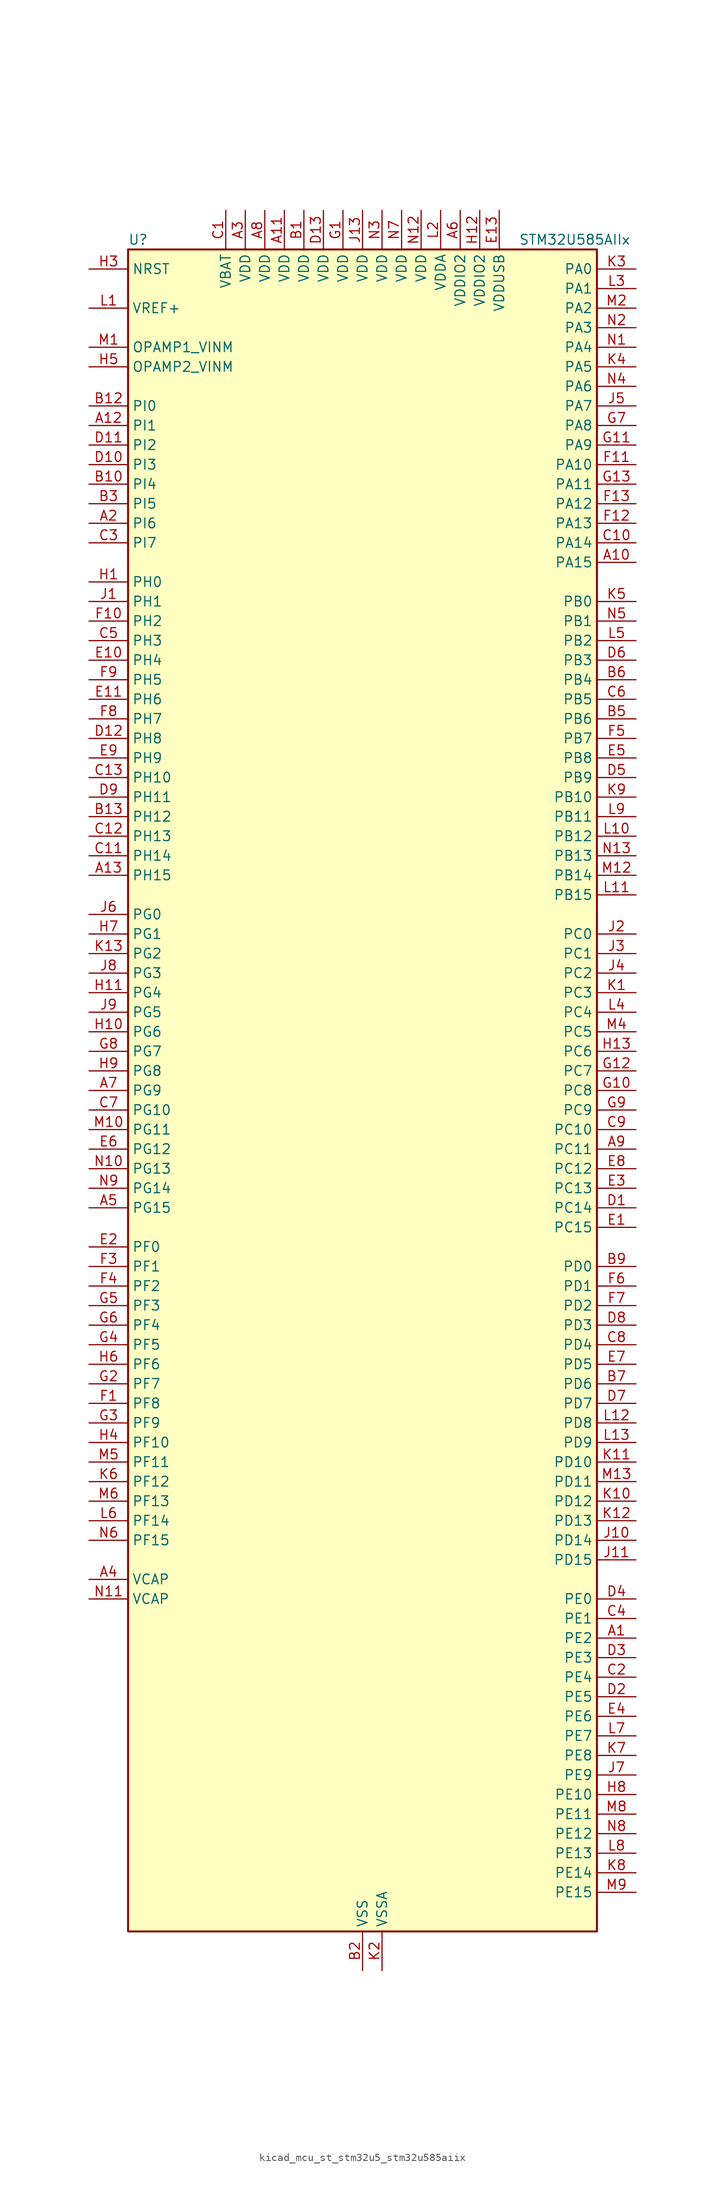
<source format=kicad_sym>
(kicad_symbol_lib
  (version 20220914)
  (generator kicad_symbol_editor)
  (symbol "kicad_mcu_st_stm32u5_stm32u585aiix"
    (property "Reference" "U"
      (at -30.48 110.49 0)
      (effects (font (size 1.27 1.27)) (justify left)))
    (property "Value" "STM32U585AIIx"
      (at 20.32 110.49 0)
      (effects (font (size 1.27 1.27)) (justify left)))
    (property "ki_locked" ""
      (at 0 0 0)
      (effects (font (size 1.27 1.27))))
    (symbol "kicad_mcu_st_stm32u5_stm32u585aiix_0_1"
      (rectangle (start -30.48 -109.22) (end 30.48 109.22) (stroke (width 0.254) (type default)) (fill (type background))))
    (symbol "kicad_mcu_st_stm32u5_stm32u585aiix_1_1"
      (pin bidirectional line (at 35.56 -71.12 180) (length 5.08) (name "PE2" (effects (font (size 1.27 1.27)))) (number "A1" (effects (font (size 1.27 1.27)))) (alternate "DEBUG_TRACECLK" bidirectional line) (alternate "FMC_A23" bidirectional line) (alternate "SAI1_CK1" bidirectional line) (alternate "SAI1_MCLK_A" bidirectional line) (alternate "TIM3_ETR" bidirectional line) (alternate "TSC_G7_IO1" bidirectional line))
      (pin bidirectional line (at 35.56 68.58 180) (length 5.08) (name "PA15" (effects (font (size 1.27 1.27)))) (number "A10" (effects (font (size 1.27 1.27)))) (alternate "ADC1_EXTI15" bidirectional line) (alternate "ADC4_EXTI15" bidirectional line) (alternate "DEBUG_JTDI" bidirectional line) (alternate "SAI2_FS_B" bidirectional line) (alternate "SPI1_NSS" bidirectional line) (alternate "SPI3_NSS" bidirectional line) (alternate "TIM2_CH1" bidirectional line) (alternate "TIM2_ETR" bidirectional line) (alternate "UART4_DE" bidirectional line) (alternate "UART4_RTS" bidirectional line) (alternate "UCPD1_CC1" bidirectional line) (alternate "USART2_RX" bidirectional line) (alternate "USART3_DE" bidirectional line) (alternate "USART3_RTS" bidirectional line))
      (pin power_in line (at -10.16 114.3 270) (length 5.08) (name "VDD" (effects (font (size 1.27 1.27)))) (number "A11" (effects (font (size 1.27 1.27)))))
      (pin bidirectional line (at -35.56 86.36 0) (length 5.08) (name "PI1" (effects (font (size 1.27 1.27)))) (number "A12" (effects (font (size 1.27 1.27)))) (alternate "DCMI_D8" bidirectional line) (alternate "OCTOSPIM_P2_IO2" bidirectional line) (alternate "PSSI_D8" bidirectional line) (alternate "SPI2_SCK" bidirectional line))
      (pin bidirectional line (at -35.56 27.94 0) (length 5.08) (name "PH15" (effects (font (size 1.27 1.27)))) (number "A13" (effects (font (size 1.27 1.27)))) (alternate "ADC1_EXTI15" bidirectional line) (alternate "ADC4_EXTI15" bidirectional line) (alternate "DCMI_D11" bidirectional line) (alternate "OCTOSPIM_P2_IO6" bidirectional line) (alternate "PSSI_D11" bidirectional line) (alternate "TIM8_CH3N" bidirectional line))
      (pin bidirectional line (at -35.56 73.66 0) (length 5.08) (name "PI6" (effects (font (size 1.27 1.27)))) (number "A2" (effects (font (size 1.27 1.27)))) (alternate "DCMI_D6" bidirectional line) (alternate "OCTOSPIM_P2_CLK" bidirectional line) (alternate "PSSI_D6" bidirectional line) (alternate "TIM8_CH2" bidirectional line))
      (pin power_in line (at -15.24 114.3 270) (length 5.08) (name "VDD" (effects (font (size 1.27 1.27)))) (number "A3" (effects (font (size 1.27 1.27)))))
      (pin power_out line (at -35.56 -63.5 0) (length 5.08) (name "VCAP" (effects (font (size 1.27 1.27)))) (number "A4" (effects (font (size 1.27 1.27)))))
      (pin bidirectional line (at -35.56 -15.24 0) (length 5.08) (name "PG15" (effects (font (size 1.27 1.27)))) (number "A5" (effects (font (size 1.27 1.27)))) (alternate "ADC1_EXTI15" bidirectional line) (alternate "ADC4_EXTI15" bidirectional line) (alternate "DCMI_D13" bidirectional line) (alternate "I2C1_SMBA" bidirectional line) (alternate "LPTIM1_CH1" bidirectional line) (alternate "OCTOSPIM_P2_DQS" bidirectional line) (alternate "PSSI_D13" bidirectional line))
      (pin power_in line (at 12.7 114.3 270) (length 5.08) (name "VDDIO2" (effects (font (size 1.27 1.27)))) (number "A6" (effects (font (size 1.27 1.27)))))
      (pin bidirectional line (at -35.56 0 0) (length 5.08) (name "PG9" (effects (font (size 1.27 1.27)))) (number "A7" (effects (font (size 1.27 1.27)))) (alternate "DAC1_EXTI9" bidirectional line) (alternate "FMC_NCE" bidirectional line) (alternate "FMC_NE2" bidirectional line) (alternate "OCTOSPIM_P2_IO6" bidirectional line) (alternate "SAI2_SCK_A" bidirectional line) (alternate "SPI3_SCK" bidirectional line) (alternate "TIM15_CH1N" bidirectional line) (alternate "USART1_TX" bidirectional line))
      (pin power_in line (at -12.7 114.3 270) (length 5.08) (name "VDD" (effects (font (size 1.27 1.27)))) (number "A8" (effects (font (size 1.27 1.27)))))
      (pin bidirectional line (at 35.56 -7.62 180) (length 5.08) (name "PC11" (effects (font (size 1.27 1.27)))) (number "A9" (effects (font (size 1.27 1.27)))) (alternate "ADC1_EXTI11" bidirectional line) (alternate "ADF1_SDI0" bidirectional line) (alternate "DCMI_D2" bidirectional line) (alternate "DCMI_D4" bidirectional line) (alternate "LPTIM3_IN1" bidirectional line) (alternate "OCTOSPIM_P1_NCS" bidirectional line) (alternate "PSSI_D2" bidirectional line) (alternate "PSSI_D4" bidirectional line) (alternate "SAI2_MCLK_B" bidirectional line) (alternate "SDMMC1_D3" bidirectional line) (alternate "SPI3_MISO" bidirectional line) (alternate "TSC_G3_IO3" bidirectional line) (alternate "UART4_RX" bidirectional line) (alternate "UCPD1_FRSTX2" bidirectional line) (alternate "USART3_RX" bidirectional line))
      (pin power_in line (at -7.62 114.3 270) (length 5.08) (name "VDD" (effects (font (size 1.27 1.27)))) (number "B1" (effects (font (size 1.27 1.27)))))
      (pin bidirectional line (at -35.56 78.74 0) (length 5.08) (name "PI4" (effects (font (size 1.27 1.27)))) (number "B10" (effects (font (size 1.27 1.27)))) (alternate "DCMI_D5" bidirectional line) (alternate "PSSI_D5" bidirectional line) (alternate "SPI2_RDY" bidirectional line) (alternate "TIM8_BKIN" bidirectional line))
      (pin passive line (at 0 -114.3 90) (length 5.08) hide (name "VSS" (effects (font (size 1.27 1.27)))) (number "B11" (effects (font (size 1.27 1.27)))))
      (pin bidirectional line (at -35.56 88.9 0) (length 5.08) (name "PI0" (effects (font (size 1.27 1.27)))) (number "B12" (effects (font (size 1.27 1.27)))) (alternate "DCMI_D13" bidirectional line) (alternate "OCTOSPIM_P1_IO5" bidirectional line) (alternate "PSSI_D13" bidirectional line) (alternate "SPI2_NSS" bidirectional line) (alternate "TIM5_CH4" bidirectional line))
      (pin bidirectional line (at -35.56 35.56 0) (length 5.08) (name "PH12" (effects (font (size 1.27 1.27)))) (number "B13" (effects (font (size 1.27 1.27)))) (alternate "DCMI_D3" bidirectional line) (alternate "OCTOSPIM_P2_IO7" bidirectional line) (alternate "PSSI_D3" bidirectional line) (alternate "TIM5_CH3" bidirectional line) (alternate "TIM8_CH4N" bidirectional line))
      (pin power_in line (at 0 -114.3 90) (length 5.08) (name "VSS" (effects (font (size 1.27 1.27)))) (number "B2" (effects (font (size 1.27 1.27)))))
      (pin bidirectional line (at -35.56 76.2 0) (length 5.08) (name "PI5" (effects (font (size 1.27 1.27)))) (number "B3" (effects (font (size 1.27 1.27)))) (alternate "DCMI_VSYNC" bidirectional line) (alternate "OCTOSPIM_P2_NCS" bidirectional line) (alternate "PSSI_RDY" bidirectional line) (alternate "TIM8_CH1" bidirectional line))
      (pin passive line (at 0 -114.3 90) (length 5.08) hide (name "VSS" (effects (font (size 1.27 1.27)))) (number "B4" (effects (font (size 1.27 1.27)))))
      (pin bidirectional line (at 35.56 48.26 180) (length 5.08) (name "PB6" (effects (font (size 1.27 1.27)))) (number "B5" (effects (font (size 1.27 1.27)))) (alternate "COMP2_INP" bidirectional line) (alternate "DCMI_D5" bidirectional line) (alternate "I2C1_SCL" bidirectional line) (alternate "I2C4_SCL" bidirectional line) (alternate "LPTIM1_ETR" bidirectional line) (alternate "MDF1_SDI5" bidirectional line) (alternate "PSSI_D5" bidirectional line) (alternate "PWR_WKUP3" bidirectional line) (alternate "SAI1_FS_B" bidirectional line) (alternate "TIM16_CH1N" bidirectional line) (alternate "TIM4_CH1" bidirectional line) (alternate "TIM8_BKIN2" bidirectional line) (alternate "TSC_G2_IO3" bidirectional line) (alternate "USART1_TX" bidirectional line))
      (pin bidirectional line (at 35.56 53.34 180) (length 5.08) (name "PB4" (effects (font (size 1.27 1.27)))) (number "B6" (effects (font (size 1.27 1.27)))) (alternate "ADF1_SDI0" bidirectional line) (alternate "COMP2_INP" bidirectional line) (alternate "DCMI_D12" bidirectional line) (alternate "DEBUG_JTRST" bidirectional line) (alternate "I2C3_SDA" bidirectional line) (alternate "LPTIM1_CH2" bidirectional line) (alternate "PSSI_D12" bidirectional line) (alternate "SAI1_MCLK_B" bidirectional line) (alternate "SDMMC2_D3" bidirectional line) (alternate "SPI1_MISO" bidirectional line) (alternate "SPI3_MISO" bidirectional line) (alternate "TIM17_BKIN" bidirectional line) (alternate "TIM3_CH1" bidirectional line) (alternate "TSC_G2_IO1" bidirectional line) (alternate "UART5_DE" bidirectional line) (alternate "UART5_RTS" bidirectional line) (alternate "USART1_CTS" bidirectional line))
      (pin bidirectional line (at 35.56 -38.1 180) (length 5.08) (name "PD6" (effects (font (size 1.27 1.27)))) (number "B7" (effects (font (size 1.27 1.27)))) (alternate "DCMI_D10" bidirectional line) (alternate "FMC_NWAIT" bidirectional line) (alternate "MDF1_SDI1" bidirectional line) (alternate "OCTOSPIM_P1_IO6" bidirectional line) (alternate "PSSI_D10" bidirectional line) (alternate "SAI1_D1" bidirectional line) (alternate "SAI1_SD_A" bidirectional line) (alternate "SDMMC2_CK" bidirectional line) (alternate "SPI3_MOSI" bidirectional line) (alternate "USART2_RX" bidirectional line))
      (pin passive line (at 0 -114.3 90) (length 5.08) hide (name "VSS" (effects (font (size 1.27 1.27)))) (number "B8" (effects (font (size 1.27 1.27)))))
      (pin bidirectional line (at 35.56 -22.86 180) (length 5.08) (name "PD0" (effects (font (size 1.27 1.27)))) (number "B9" (effects (font (size 1.27 1.27)))) (alternate "FDCAN1_RX" bidirectional line) (alternate "FMC_D2" bidirectional line) (alternate "FMC_DA2" bidirectional line) (alternate "SPI2_NSS" bidirectional line) (alternate "TIM8_CH4N" bidirectional line))
      (pin power_in line (at -17.78 114.3 270) (length 5.08) (name "VBAT" (effects (font (size 1.27 1.27)))) (number "C1" (effects (font (size 1.27 1.27)))))
      (pin bidirectional line (at 35.56 71.12 180) (length 5.08) (name "PA14" (effects (font (size 1.27 1.27)))) (number "C10" (effects (font (size 1.27 1.27)))) (alternate "DEBUG_JTCK-SWCLK" bidirectional line) (alternate "I2C1_SMBA" bidirectional line) (alternate "I2C4_SMBA" bidirectional line) (alternate "LPTIM1_CH1" bidirectional line) (alternate "SAI1_FS_B" bidirectional line) (alternate "USB_OTG_FS_SOF" bidirectional line))
      (pin bidirectional line (at -35.56 30.48 0) (length 5.08) (name "PH14" (effects (font (size 1.27 1.27)))) (number "C11" (effects (font (size 1.27 1.27)))) (alternate "DCMI_D4" bidirectional line) (alternate "FDCAN1_RX" bidirectional line) (alternate "PSSI_D4" bidirectional line) (alternate "TIM8_CH2N" bidirectional line))
      (pin bidirectional line (at -35.56 33.02 0) (length 5.08) (name "PH13" (effects (font (size 1.27 1.27)))) (number "C12" (effects (font (size 1.27 1.27)))) (alternate "FDCAN1_TX" bidirectional line) (alternate "TIM8_CH1N" bidirectional line))
      (pin bidirectional line (at -35.56 40.64 0) (length 5.08) (name "PH10" (effects (font (size 1.27 1.27)))) (number "C13" (effects (font (size 1.27 1.27)))) (alternate "DCMI_D1" bidirectional line) (alternate "OCTOSPIM_P2_IO5" bidirectional line) (alternate "PSSI_D1" bidirectional line) (alternate "TIM5_CH1" bidirectional line))
      (pin bidirectional line (at 35.56 -76.2 180) (length 5.08) (name "PE4" (effects (font (size 1.27 1.27)))) (number "C2" (effects (font (size 1.27 1.27)))) (alternate "DCMI_D4" bidirectional line) (alternate "DEBUG_TRACED1" bidirectional line) (alternate "FMC_A20" bidirectional line) (alternate "MDF1_SDI3" bidirectional line) (alternate "PSSI_D4" bidirectional line) (alternate "PWR_WKUP1" bidirectional line) (alternate "SAI1_D2" bidirectional line) (alternate "SAI1_FS_A" bidirectional line) (alternate "TAMP_IN7" bidirectional line) (alternate "TAMP_OUT8" bidirectional line) (alternate "TIM3_CH2" bidirectional line) (alternate "TSC_G7_IO3" bidirectional line))
      (pin bidirectional line (at -35.56 71.12 0) (length 5.08) (name "PI7" (effects (font (size 1.27 1.27)))) (number "C3" (effects (font (size 1.27 1.27)))) (alternate "DCMI_D7" bidirectional line) (alternate "OCTOSPIM_P2_NCLK" bidirectional line) (alternate "PSSI_D7" bidirectional line) (alternate "TIM8_CH3" bidirectional line))
      (pin bidirectional line (at 35.56 -68.58 180) (length 5.08) (name "PE1" (effects (font (size 1.27 1.27)))) (number "C4" (effects (font (size 1.27 1.27)))) (alternate "DCMI_D3" bidirectional line) (alternate "FMC_NBL1" bidirectional line) (alternate "PSSI_D3" bidirectional line) (alternate "TIM17_CH1" bidirectional line))
      (pin bidirectional line (at -35.56 58.42 0) (length 5.08) (name "PH3" (effects (font (size 1.27 1.27)))) (number "C5" (effects (font (size 1.27 1.27)))))
      (pin bidirectional line (at 35.56 50.8 180) (length 5.08) (name "PB5" (effects (font (size 1.27 1.27)))) (number "C6" (effects (font (size 1.27 1.27)))) (alternate "COMP2_OUT" bidirectional line) (alternate "DCMI_D10" bidirectional line) (alternate "I2C1_SMBA" bidirectional line) (alternate "LPTIM1_IN1" bidirectional line) (alternate "OCTOSPIM_P1_NCLK" bidirectional line) (alternate "PSSI_D10" bidirectional line) (alternate "PWR_WKUP6" bidirectional line) (alternate "SAI1_SD_B" bidirectional line) (alternate "SPI1_MOSI" bidirectional line) (alternate "SPI3_MOSI" bidirectional line) (alternate "TIM16_BKIN" bidirectional line) (alternate "TIM3_CH2" bidirectional line) (alternate "TSC_G2_IO2" bidirectional line) (alternate "UART5_CTS" bidirectional line) (alternate "UCPD1_DBCC1" bidirectional line) (alternate "USART1_CK" bidirectional line))
      (pin bidirectional line (at -35.56 -2.54 0) (length 5.08) (name "PG10" (effects (font (size 1.27 1.27)))) (number "C7" (effects (font (size 1.27 1.27)))) (alternate "FMC_NE3" bidirectional line) (alternate "LPTIM1_IN1" bidirectional line) (alternate "OCTOSPIM_P2_IO7" bidirectional line) (alternate "SAI2_FS_A" bidirectional line) (alternate "SPI3_MISO" bidirectional line) (alternate "TIM15_CH1" bidirectional line) (alternate "USART1_RX" bidirectional line))
      (pin bidirectional line (at 35.56 -33.02 180) (length 5.08) (name "PD4" (effects (font (size 1.27 1.27)))) (number "C8" (effects (font (size 1.27 1.27)))) (alternate "FMC_NOE" bidirectional line) (alternate "MDF1_CKI0" bidirectional line) (alternate "OCTOSPIM_P1_IO4" bidirectional line) (alternate "SPI2_MOSI" bidirectional line) (alternate "USART2_DE" bidirectional line) (alternate "USART2_RTS" bidirectional line))
      (pin bidirectional line (at 35.56 -5.08 180) (length 5.08) (name "PC10" (effects (font (size 1.27 1.27)))) (number "C9" (effects (font (size 1.27 1.27)))) (alternate "ADF1_CCK1" bidirectional line) (alternate "DCMI_D8" bidirectional line) (alternate "DEBUG_TRACED1" bidirectional line) (alternate "LPTIM3_ETR" bidirectional line) (alternate "PSSI_D8" bidirectional line) (alternate "SAI2_SCK_B" bidirectional line) (alternate "SDMMC1_D2" bidirectional line) (alternate "SPI3_SCK" bidirectional line) (alternate "TSC_G3_IO2" bidirectional line) (alternate "UART4_TX" bidirectional line) (alternate "USART3_TX" bidirectional line))
      (pin bidirectional line (at 35.56 -15.24 180) (length 5.08) (name "PC14" (effects (font (size 1.27 1.27)))) (number "D1" (effects (font (size 1.27 1.27)))) (alternate "RCC_OSC32_IN" bidirectional line))
      (pin bidirectional line (at -35.56 81.28 0) (length 5.08) (name "PI3" (effects (font (size 1.27 1.27)))) (number "D10" (effects (font (size 1.27 1.27)))) (alternate "DCMI_D10" bidirectional line) (alternate "OCTOSPIM_P2_IO0" bidirectional line) (alternate "PSSI_D10" bidirectional line) (alternate "SPI2_MOSI" bidirectional line) (alternate "TIM8_ETR" bidirectional line))
      (pin bidirectional line (at -35.56 83.82 0) (length 5.08) (name "PI2" (effects (font (size 1.27 1.27)))) (number "D11" (effects (font (size 1.27 1.27)))) (alternate "DCMI_D9" bidirectional line) (alternate "OCTOSPIM_P2_IO1" bidirectional line) (alternate "PSSI_D9" bidirectional line) (alternate "SPI2_MISO" bidirectional line) (alternate "TIM8_CH4" bidirectional line))
      (pin bidirectional line (at -35.56 45.72 0) (length 5.08) (name "PH8" (effects (font (size 1.27 1.27)))) (number "D12" (effects (font (size 1.27 1.27)))) (alternate "DCMI_HSYNC" bidirectional line) (alternate "I2C3_SDA" bidirectional line) (alternate "OCTOSPIM_P2_IO3" bidirectional line) (alternate "PSSI_DE" bidirectional line))
      (pin power_in line (at -5.08 114.3 270) (length 5.08) (name "VDD" (effects (font (size 1.27 1.27)))) (number "D13" (effects (font (size 1.27 1.27)))))
      (pin bidirectional line (at 35.56 -78.74 180) (length 5.08) (name "PE5" (effects (font (size 1.27 1.27)))) (number "D2" (effects (font (size 1.27 1.27)))) (alternate "DCMI_D6" bidirectional line) (alternate "DEBUG_TRACED2" bidirectional line) (alternate "FMC_A21" bidirectional line) (alternate "MDF1_CKI3" bidirectional line) (alternate "PSSI_D6" bidirectional line) (alternate "PWR_WKUP2" bidirectional line) (alternate "SAI1_CK2" bidirectional line) (alternate "SAI1_SCK_A" bidirectional line) (alternate "TAMP_IN8" bidirectional line) (alternate "TAMP_OUT7" bidirectional line) (alternate "TIM3_CH3" bidirectional line) (alternate "TSC_G7_IO4" bidirectional line))
      (pin bidirectional line (at 35.56 -73.66 180) (length 5.08) (name "PE3" (effects (font (size 1.27 1.27)))) (number "D3" (effects (font (size 1.27 1.27)))) (alternate "DEBUG_TRACED0" bidirectional line) (alternate "FMC_A19" bidirectional line) (alternate "OCTOSPIM_P1_DQS" bidirectional line) (alternate "SAI1_SD_B" bidirectional line) (alternate "TAMP_IN6" bidirectional line) (alternate "TAMP_OUT3" bidirectional line) (alternate "TIM3_CH1" bidirectional line) (alternate "TSC_G7_IO2" bidirectional line))
      (pin bidirectional line (at 35.56 -66.04 180) (length 5.08) (name "PE0" (effects (font (size 1.27 1.27)))) (number "D4" (effects (font (size 1.27 1.27)))) (alternate "DCMI_D2" bidirectional line) (alternate "FMC_NBL0" bidirectional line) (alternate "PSSI_D2" bidirectional line) (alternate "TIM16_CH1" bidirectional line) (alternate "TIM4_ETR" bidirectional line))
      (pin bidirectional line (at 35.56 40.64 180) (length 5.08) (name "PB9" (effects (font (size 1.27 1.27)))) (number "D5" (effects (font (size 1.27 1.27)))) (alternate "DAC1_EXTI9" bidirectional line) (alternate "DCMI_D7" bidirectional line) (alternate "FDCAN1_TX" bidirectional line) (alternate "I2C1_SDA" bidirectional line) (alternate "IR_OUT" bidirectional line) (alternate "PSSI_D7" bidirectional line) (alternate "SAI1_D2" bidirectional line) (alternate "SAI1_FS_A" bidirectional line) (alternate "SDMMC1_CDIR" bidirectional line) (alternate "SDMMC1_D5" bidirectional line) (alternate "SDMMC2_D5" bidirectional line) (alternate "SPI2_NSS" bidirectional line) (alternate "TIM17_CH1" bidirectional line) (alternate "TIM4_CH4" bidirectional line))
      (pin bidirectional line (at 35.56 55.88 180) (length 5.08) (name "PB3" (effects (font (size 1.27 1.27)))) (number "D6" (effects (font (size 1.27 1.27)))) (alternate "ADF1_CCK0" bidirectional line) (alternate "COMP2_INM" bidirectional line) (alternate "CRS_SYNC" bidirectional line) (alternate "DEBUG_JTDO-SWO" bidirectional line) (alternate "I2C1_SDA" bidirectional line) (alternate "LPTIM1_CH1" bidirectional line) (alternate "SAI1_SCK_B" bidirectional line) (alternate "SDMMC2_D2" bidirectional line) (alternate "SPI1_SCK" bidirectional line) (alternate "SPI3_SCK" bidirectional line) (alternate "TIM2_CH2" bidirectional line) (alternate "USART1_DE" bidirectional line) (alternate "USART1_RTS" bidirectional line))
      (pin bidirectional line (at 35.56 -40.64 180) (length 5.08) (name "PD7" (effects (font (size 1.27 1.27)))) (number "D7" (effects (font (size 1.27 1.27)))) (alternate "FMC_NCE" bidirectional line) (alternate "FMC_NE1" bidirectional line) (alternate "LPTIM4_OUT" bidirectional line) (alternate "MDF1_CKI1" bidirectional line) (alternate "OCTOSPIM_P1_IO7" bidirectional line) (alternate "SDMMC2_CMD" bidirectional line) (alternate "USART2_CK" bidirectional line))
      (pin bidirectional line (at 35.56 -30.48 180) (length 5.08) (name "PD3" (effects (font (size 1.27 1.27)))) (number "D8" (effects (font (size 1.27 1.27)))) (alternate "DCMI_D5" bidirectional line) (alternate "FMC_CLK" bidirectional line) (alternate "MDF1_SDI0" bidirectional line) (alternate "OCTOSPIM_P2_NCS" bidirectional line) (alternate "PSSI_D5" bidirectional line) (alternate "SPI2_MISO" bidirectional line) (alternate "SPI2_SCK" bidirectional line) (alternate "USART2_CTS" bidirectional line))
      (pin bidirectional line (at -35.56 38.1 0) (length 5.08) (name "PH11" (effects (font (size 1.27 1.27)))) (number "D9" (effects (font (size 1.27 1.27)))) (alternate "ADC1_EXTI11" bidirectional line) (alternate "DCMI_D2" bidirectional line) (alternate "OCTOSPIM_P2_IO6" bidirectional line) (alternate "PSSI_D2" bidirectional line) (alternate "TIM5_CH2" bidirectional line))
      (pin bidirectional line (at 35.56 -17.78 180) (length 5.08) (name "PC15" (effects (font (size 1.27 1.27)))) (number "E1" (effects (font (size 1.27 1.27)))) (alternate "ADC1_EXTI15" bidirectional line) (alternate "ADC4_EXTI15" bidirectional line) (alternate "RCC_OSC32_OUT" bidirectional line))
      (pin bidirectional line (at -35.56 55.88 0) (length 5.08) (name "PH4" (effects (font (size 1.27 1.27)))) (number "E10" (effects (font (size 1.27 1.27)))) (alternate "I2C2_SCL" bidirectional line) (alternate "OCTOSPIM_P2_DQS" bidirectional line) (alternate "PSSI_D14" bidirectional line))
      (pin bidirectional line (at -35.56 50.8 0) (length 5.08) (name "PH6" (effects (font (size 1.27 1.27)))) (number "E11" (effects (font (size 1.27 1.27)))) (alternate "DCMI_D8" bidirectional line) (alternate "I2C2_SMBA" bidirectional line) (alternate "OCTOSPIM_P2_CLK" bidirectional line) (alternate "PSSI_D8" bidirectional line))
      (pin passive line (at 0 -114.3 90) (length 5.08) hide (name "VSS" (effects (font (size 1.27 1.27)))) (number "E12" (effects (font (size 1.27 1.27)))))
      (pin power_in line (at 17.78 114.3 270) (length 5.08) (name "VDDUSB" (effects (font (size 1.27 1.27)))) (number "E13" (effects (font (size 1.27 1.27)))))
      (pin bidirectional line (at -35.56 -20.32 0) (length 5.08) (name "PF0" (effects (font (size 1.27 1.27)))) (number "E2" (effects (font (size 1.27 1.27)))) (alternate "FMC_A0" bidirectional line) (alternate "I2C2_SDA" bidirectional line) (alternate "OCTOSPIM_P2_IO0" bidirectional line))
      (pin bidirectional line (at 35.56 -12.7 180) (length 5.08) (name "PC13" (effects (font (size 1.27 1.27)))) (number "E3" (effects (font (size 1.27 1.27)))) (alternate "PWR_WKUP2" bidirectional line) (alternate "RTC_OUT1" bidirectional line) (alternate "RTC_TS" bidirectional line) (alternate "TAMP_IN1" bidirectional line) (alternate "TAMP_OUT2" bidirectional line))
      (pin bidirectional line (at 35.56 -81.28 180) (length 5.08) (name "PE6" (effects (font (size 1.27 1.27)))) (number "E4" (effects (font (size 1.27 1.27)))) (alternate "DCMI_D7" bidirectional line) (alternate "DEBUG_TRACED3" bidirectional line) (alternate "FMC_A22" bidirectional line) (alternate "PSSI_D7" bidirectional line) (alternate "PWR_WKUP3" bidirectional line) (alternate "SAI1_D1" bidirectional line) (alternate "SAI1_SD_A" bidirectional line) (alternate "TAMP_IN3" bidirectional line) (alternate "TAMP_OUT6" bidirectional line) (alternate "TIM3_CH4" bidirectional line))
      (pin bidirectional line (at 35.56 43.18 180) (length 5.08) (name "PB8" (effects (font (size 1.27 1.27)))) (number "E5" (effects (font (size 1.27 1.27)))) (alternate "DCMI_D6" bidirectional line) (alternate "FDCAN1_RX" bidirectional line) (alternate "I2C1_SCL" bidirectional line) (alternate "MDF1_CCK0" bidirectional line) (alternate "PSSI_D6" bidirectional line) (alternate "PWR_WKUP5" bidirectional line) (alternate "SAI1_CK1" bidirectional line) (alternate "SAI1_MCLK_A" bidirectional line) (alternate "SDMMC1_CKIN" bidirectional line) (alternate "SDMMC1_D4" bidirectional line) (alternate "SDMMC2_D4" bidirectional line) (alternate "SPI3_RDY" bidirectional line) (alternate "TIM16_CH1" bidirectional line) (alternate "TIM4_CH3" bidirectional line))
      (pin bidirectional line (at -35.56 -7.62 0) (length 5.08) (name "PG12" (effects (font (size 1.27 1.27)))) (number "E6" (effects (font (size 1.27 1.27)))) (alternate "FMC_NE4" bidirectional line) (alternate "LPTIM1_ETR" bidirectional line) (alternate "OCTOSPIM_P2_NCS" bidirectional line) (alternate "SAI2_SD_A" bidirectional line) (alternate "SPI3_NSS" bidirectional line) (alternate "USART1_DE" bidirectional line) (alternate "USART1_RTS" bidirectional line))
      (pin bidirectional line (at 35.56 -35.56 180) (length 5.08) (name "PD5" (effects (font (size 1.27 1.27)))) (number "E7" (effects (font (size 1.27 1.27)))) (alternate "FMC_NWE" bidirectional line) (alternate "OCTOSPIM_P1_IO5" bidirectional line) (alternate "SPI2_RDY" bidirectional line) (alternate "USART2_TX" bidirectional line))
      (pin bidirectional line (at 35.56 -10.16 180) (length 5.08) (name "PC12" (effects (font (size 1.27 1.27)))) (number "E8" (effects (font (size 1.27 1.27)))) (alternate "DCMI_D9" bidirectional line) (alternate "DEBUG_TRACED3" bidirectional line) (alternate "PSSI_D9" bidirectional line) (alternate "SAI2_SD_B" bidirectional line) (alternate "SDMMC1_CK" bidirectional line) (alternate "SPI3_MOSI" bidirectional line) (alternate "TSC_G3_IO4" bidirectional line) (alternate "UART5_TX" bidirectional line) (alternate "USART3_CK" bidirectional line))
      (pin bidirectional line (at -35.56 43.18 0) (length 5.08) (name "PH9" (effects (font (size 1.27 1.27)))) (number "E9" (effects (font (size 1.27 1.27)))) (alternate "DAC1_EXTI9" bidirectional line) (alternate "DCMI_D0" bidirectional line) (alternate "I2C3_SMBA" bidirectional line) (alternate "OCTOSPIM_P2_IO4" bidirectional line) (alternate "PSSI_D0" bidirectional line))
      (pin bidirectional line (at -35.56 -40.64 0) (length 5.08) (name "PF8" (effects (font (size 1.27 1.27)))) (number "F1" (effects (font (size 1.27 1.27)))) (alternate "FDCAN1_TX" bidirectional line) (alternate "OCTOSPIM_P1_IO0" bidirectional line) (alternate "PSSI_D14" bidirectional line) (alternate "SAI1_SCK_B" bidirectional line) (alternate "TIM5_CH3" bidirectional line))
      (pin bidirectional line (at -35.56 60.96 0) (length 5.08) (name "PH2" (effects (font (size 1.27 1.27)))) (number "F10" (effects (font (size 1.27 1.27)))) (alternate "OCTOSPIM_P1_IO4" bidirectional line))
      (pin bidirectional line (at 35.56 81.28 180) (length 5.08) (name "PA10" (effects (font (size 1.27 1.27)))) (number "F11" (effects (font (size 1.27 1.27)))) (alternate "CRS_SYNC" bidirectional line) (alternate "DCMI_D1" bidirectional line) (alternate "LPTIM2_IN2" bidirectional line) (alternate "PSSI_D1" bidirectional line) (alternate "SAI1_D1" bidirectional line) (alternate "SAI1_SD_A" bidirectional line) (alternate "TIM17_BKIN" bidirectional line) (alternate "TIM1_CH3" bidirectional line) (alternate "USART1_RX" bidirectional line) (alternate "USB_OTG_FS_ID" bidirectional line))
      (pin bidirectional line (at 35.56 73.66 180) (length 5.08) (name "PA13" (effects (font (size 1.27 1.27)))) (number "F12" (effects (font (size 1.27 1.27)))) (alternate "DEBUG_JTMS-SWDIO" bidirectional line) (alternate "IR_OUT" bidirectional line) (alternate "SAI1_SD_B" bidirectional line) (alternate "USB_OTG_FS_NOE" bidirectional line))
      (pin bidirectional line (at 35.56 76.2 180) (length 5.08) (name "PA12" (effects (font (size 1.27 1.27)))) (number "F13" (effects (font (size 1.27 1.27)))) (alternate "FDCAN1_TX" bidirectional line) (alternate "OCTOSPIM_P2_NCS" bidirectional line) (alternate "SPI1_MOSI" bidirectional line) (alternate "TIM1_ETR" bidirectional line) (alternate "USART1_DE" bidirectional line) (alternate "USART1_RTS" bidirectional line) (alternate "USB_OTG_FS_DP" bidirectional line))
      (pin passive line (at 0 -114.3 90) (length 5.08) hide (name "VSS" (effects (font (size 1.27 1.27)))) (number "F2" (effects (font (size 1.27 1.27)))))
      (pin bidirectional line (at -35.56 -22.86 0) (length 5.08) (name "PF1" (effects (font (size 1.27 1.27)))) (number "F3" (effects (font (size 1.27 1.27)))) (alternate "FMC_A1" bidirectional line) (alternate "I2C2_SCL" bidirectional line) (alternate "OCTOSPIM_P2_IO1" bidirectional line))
      (pin bidirectional line (at -35.56 -25.4 0) (length 5.08) (name "PF2" (effects (font (size 1.27 1.27)))) (number "F4" (effects (font (size 1.27 1.27)))) (alternate "FMC_A2" bidirectional line) (alternate "I2C2_SMBA" bidirectional line) (alternate "LPTIM3_CH2" bidirectional line) (alternate "OCTOSPIM_P2_IO2" bidirectional line) (alternate "PWR_WKUP8" bidirectional line))
      (pin bidirectional line (at 35.56 45.72 180) (length 5.08) (name "PB7" (effects (font (size 1.27 1.27)))) (number "F5" (effects (font (size 1.27 1.27)))) (alternate "COMP2_INM" bidirectional line) (alternate "DCMI_VSYNC" bidirectional line) (alternate "FMC_NL" bidirectional line) (alternate "I2C1_SDA" bidirectional line) (alternate "I2C4_SDA" bidirectional line) (alternate "LPTIM1_IN2" bidirectional line) (alternate "MDF1_CKI5" bidirectional line) (alternate "PSSI_RDY" bidirectional line) (alternate "PWR_PVD_IN" bidirectional line) (alternate "PWR_WKUP4" bidirectional line) (alternate "TIM17_CH1N" bidirectional line) (alternate "TIM4_CH2" bidirectional line) (alternate "TIM8_BKIN" bidirectional line) (alternate "TSC_G2_IO4" bidirectional line) (alternate "UART4_CTS" bidirectional line) (alternate "USART1_RX" bidirectional line))
      (pin bidirectional line (at 35.56 -25.4 180) (length 5.08) (name "PD1" (effects (font (size 1.27 1.27)))) (number "F6" (effects (font (size 1.27 1.27)))) (alternate "FDCAN1_TX" bidirectional line) (alternate "FMC_D3" bidirectional line) (alternate "FMC_DA3" bidirectional line) (alternate "SPI2_SCK" bidirectional line))
      (pin bidirectional line (at 35.56 -27.94 180) (length 5.08) (name "PD2" (effects (font (size 1.27 1.27)))) (number "F7" (effects (font (size 1.27 1.27)))) (alternate "DCMI_D11" bidirectional line) (alternate "DEBUG_TRACED2" bidirectional line) (alternate "LPTIM4_ETR" bidirectional line) (alternate "PSSI_D11" bidirectional line) (alternate "SDMMC1_CMD" bidirectional line) (alternate "TIM3_ETR" bidirectional line) (alternate "TSC_SYNC" bidirectional line) (alternate "UART5_RX" bidirectional line) (alternate "USART3_DE" bidirectional line) (alternate "USART3_RTS" bidirectional line))
      (pin bidirectional line (at -35.56 48.26 0) (length 5.08) (name "PH7" (effects (font (size 1.27 1.27)))) (number "F8" (effects (font (size 1.27 1.27)))) (alternate "DCMI_D9" bidirectional line) (alternate "I2C3_SCL" bidirectional line) (alternate "OCTOSPIM_P2_NCLK" bidirectional line) (alternate "PSSI_D9" bidirectional line))
      (pin bidirectional line (at -35.56 53.34 0) (length 5.08) (name "PH5" (effects (font (size 1.27 1.27)))) (number "F9" (effects (font (size 1.27 1.27)))) (alternate "DCMI_PIXCLK" bidirectional line) (alternate "I2C2_SDA" bidirectional line) (alternate "PSSI_PDCK" bidirectional line))
      (pin power_in line (at -2.54 114.3 270) (length 5.08) (name "VDD" (effects (font (size 1.27 1.27)))) (number "G1" (effects (font (size 1.27 1.27)))))
      (pin bidirectional line (at 35.56 0 180) (length 5.08) (name "PC8" (effects (font (size 1.27 1.27)))) (number "G10" (effects (font (size 1.27 1.27)))) (alternate "DCMI_D2" bidirectional line) (alternate "LPTIM3_CH1" bidirectional line) (alternate "PSSI_D2" bidirectional line) (alternate "PWR_SRDSTOP" bidirectional line) (alternate "SDMMC1_D0" bidirectional line) (alternate "TIM3_CH3" bidirectional line) (alternate "TIM8_CH3" bidirectional line) (alternate "TSC_G4_IO3" bidirectional line))
      (pin bidirectional line (at 35.56 83.82 180) (length 5.08) (name "PA9" (effects (font (size 1.27 1.27)))) (number "G11" (effects (font (size 1.27 1.27)))) (alternate "DAC1_EXTI9" bidirectional line) (alternate "DCMI_D0" bidirectional line) (alternate "PSSI_D0" bidirectional line) (alternate "SAI1_FS_A" bidirectional line) (alternate "SPI2_SCK" bidirectional line) (alternate "TIM15_BKIN" bidirectional line) (alternate "TIM1_CH2" bidirectional line) (alternate "USART1_TX" bidirectional line) (alternate "USB_OTG_FS_VBUS" bidirectional line))
      (pin bidirectional line (at 35.56 2.54 180) (length 5.08) (name "PC7" (effects (font (size 1.27 1.27)))) (number "G12" (effects (font (size 1.27 1.27)))) (alternate "DCMI_D1" bidirectional line) (alternate "LPTIM2_CH2" bidirectional line) (alternate "MDF1_SDI3" bidirectional line) (alternate "PSSI_D1" bidirectional line) (alternate "PWR_CDSTOP" bidirectional line) (alternate "SAI2_MCLK_B" bidirectional line) (alternate "SDMMC1_D123DIR" bidirectional line) (alternate "SDMMC1_D7" bidirectional line) (alternate "SDMMC2_D7" bidirectional line) (alternate "TIM3_CH2" bidirectional line) (alternate "TIM8_CH2" bidirectional line) (alternate "TSC_G4_IO2" bidirectional line))
      (pin bidirectional line (at 35.56 78.74 180) (length 5.08) (name "PA11" (effects (font (size 1.27 1.27)))) (number "G13" (effects (font (size 1.27 1.27)))) (alternate "ADC1_EXTI11" bidirectional line) (alternate "FDCAN1_RX" bidirectional line) (alternate "SPI1_MISO" bidirectional line) (alternate "TIM1_BKIN2" bidirectional line) (alternate "TIM1_CH4" bidirectional line) (alternate "USART1_CTS" bidirectional line) (alternate "USB_OTG_FS_DM" bidirectional line))
      (pin bidirectional line (at -35.56 -38.1 0) (length 5.08) (name "PF7" (effects (font (size 1.27 1.27)))) (number "G2" (effects (font (size 1.27 1.27)))) (alternate "FDCAN1_RX" bidirectional line) (alternate "OCTOSPIM_P1_IO2" bidirectional line) (alternate "SAI1_MCLK_B" bidirectional line) (alternate "TIM5_CH2" bidirectional line))
      (pin bidirectional line (at -35.56 -43.18 0) (length 5.08) (name "PF9" (effects (font (size 1.27 1.27)))) (number "G3" (effects (font (size 1.27 1.27)))) (alternate "DAC1_EXTI9" bidirectional line) (alternate "OCTOSPIM_P1_IO1" bidirectional line) (alternate "PSSI_D15" bidirectional line) (alternate "SAI1_FS_B" bidirectional line) (alternate "TIM15_CH1" bidirectional line) (alternate "TIM5_CH4" bidirectional line))
      (pin bidirectional line (at -35.56 -33.02 0) (length 5.08) (name "PF5" (effects (font (size 1.27 1.27)))) (number "G4" (effects (font (size 1.27 1.27)))) (alternate "FMC_A5" bidirectional line) (alternate "LPTIM3_CH1" bidirectional line) (alternate "OCTOSPIM_P2_NCLK" bidirectional line))
      (pin bidirectional line (at -35.56 -27.94 0) (length 5.08) (name "PF3" (effects (font (size 1.27 1.27)))) (number "G5" (effects (font (size 1.27 1.27)))) (alternate "FMC_A3" bidirectional line) (alternate "LPTIM3_IN1" bidirectional line) (alternate "OCTOSPIM_P2_IO3" bidirectional line))
      (pin bidirectional line (at -35.56 -30.48 0) (length 5.08) (name "PF4" (effects (font (size 1.27 1.27)))) (number "G6" (effects (font (size 1.27 1.27)))) (alternate "FMC_A4" bidirectional line) (alternate "LPTIM3_ETR" bidirectional line) (alternate "OCTOSPIM_P2_CLK" bidirectional line))
      (pin bidirectional line (at 35.56 86.36 180) (length 5.08) (name "PA8" (effects (font (size 1.27 1.27)))) (number "G7" (effects (font (size 1.27 1.27)))) (alternate "DEBUG_TRACECLK" bidirectional line) (alternate "LPTIM2_CH1" bidirectional line) (alternate "RCC_MCO" bidirectional line) (alternate "SAI1_CK2" bidirectional line) (alternate "SAI1_SCK_A" bidirectional line) (alternate "SPI1_RDY" bidirectional line) (alternate "TIM1_CH1" bidirectional line) (alternate "USART1_CK" bidirectional line) (alternate "USB_OTG_FS_SOF" bidirectional line))
      (pin bidirectional line (at -35.56 5.08 0) (length 5.08) (name "PG7" (effects (font (size 1.27 1.27)))) (number "G8" (effects (font (size 1.27 1.27)))) (alternate "FMC_INT" bidirectional line) (alternate "I2C3_SCL" bidirectional line) (alternate "LPUART1_TX" bidirectional line) (alternate "MDF1_CCK0" bidirectional line) (alternate "OCTOSPIM_P2_DQS" bidirectional line) (alternate "SAI1_CK1" bidirectional line) (alternate "SAI1_MCLK_A" bidirectional line) (alternate "UCPD1_FRSTX2" bidirectional line))
      (pin bidirectional line (at 35.56 -2.54 180) (length 5.08) (name "PC9" (effects (font (size 1.27 1.27)))) (number "G9" (effects (font (size 1.27 1.27)))) (alternate "DAC1_EXTI9" bidirectional line) (alternate "DCMI_D3" bidirectional line) (alternate "DEBUG_TRACED0" bidirectional line) (alternate "LPTIM3_CH2" bidirectional line) (alternate "PSSI_D3" bidirectional line) (alternate "SDMMC1_D1" bidirectional line) (alternate "TIM3_CH4" bidirectional line) (alternate "TIM8_BKIN2" bidirectional line) (alternate "TIM8_CH4" bidirectional line) (alternate "TSC_G4_IO4" bidirectional line) (alternate "USB_OTG_FS_NOE" bidirectional line))
      (pin bidirectional line (at -35.56 66.04 0) (length 5.08) (name "PH0" (effects (font (size 1.27 1.27)))) (number "H1" (effects (font (size 1.27 1.27)))) (alternate "RCC_OSC_IN" bidirectional line))
      (pin bidirectional line (at -35.56 7.62 0) (length 5.08) (name "PG6" (effects (font (size 1.27 1.27)))) (number "H10" (effects (font (size 1.27 1.27)))) (alternate "I2C3_SMBA" bidirectional line) (alternate "LPUART1_DE" bidirectional line) (alternate "LPUART1_RTS" bidirectional line) (alternate "OCTOSPIM_P1_DQS" bidirectional line) (alternate "SPI1_RDY" bidirectional line) (alternate "UCPD1_FRSTX1" bidirectional line))
      (pin bidirectional line (at -35.56 12.7 0) (length 5.08) (name "PG4" (effects (font (size 1.27 1.27)))) (number "H11" (effects (font (size 1.27 1.27)))) (alternate "FMC_A14" bidirectional line) (alternate "SAI2_MCLK_B" bidirectional line) (alternate "SPI1_MOSI" bidirectional line))
      (pin power_in line (at 15.24 114.3 270) (length 5.08) (name "VDDIO2" (effects (font (size 1.27 1.27)))) (number "H12" (effects (font (size 1.27 1.27)))))
      (pin bidirectional line (at 35.56 5.08 180) (length 5.08) (name "PC6" (effects (font (size 1.27 1.27)))) (number "H13" (effects (font (size 1.27 1.27)))) (alternate "DCMI_D0" bidirectional line) (alternate "MDF1_CKI3" bidirectional line) (alternate "PSSI_D0" bidirectional line) (alternate "PWR_CSLEEP" bidirectional line) (alternate "SAI2_MCLK_A" bidirectional line) (alternate "SDMMC1_D0DIR" bidirectional line) (alternate "SDMMC1_D6" bidirectional line) (alternate "SDMMC2_D6" bidirectional line) (alternate "TIM3_CH1" bidirectional line) (alternate "TIM8_CH1" bidirectional line) (alternate "TSC_G4_IO1" bidirectional line))
      (pin passive line (at 0 -114.3 90) (length 5.08) hide (name "VSS" (effects (font (size 1.27 1.27)))) (number "H2" (effects (font (size 1.27 1.27)))))
      (pin input line (at -35.56 106.68 0) (length 5.08) (name "NRST" (effects (font (size 1.27 1.27)))) (number "H3" (effects (font (size 1.27 1.27)))))
      (pin bidirectional line (at -35.56 -45.72 0) (length 5.08) (name "PF10" (effects (font (size 1.27 1.27)))) (number "H4" (effects (font (size 1.27 1.27)))) (alternate "DCMI_D11" bidirectional line) (alternate "MDF1_CCK1" bidirectional line) (alternate "OCTOSPIM_P1_CLK" bidirectional line) (alternate "PSSI_D11" bidirectional line) (alternate "PSSI_D15" bidirectional line) (alternate "SAI1_D3" bidirectional line) (alternate "TIM15_CH2" bidirectional line))
      (pin bidirectional line (at -35.56 93.98 0) (length 5.08) (name "OPAMP2_VINM" (effects (font (size 1.27 1.27)))) (number "H5" (effects (font (size 1.27 1.27)))) (alternate "OPAMP2_VINM" bidirectional line))
      (pin bidirectional line (at -35.56 -35.56 0) (length 5.08) (name "PF6" (effects (font (size 1.27 1.27)))) (number "H6" (effects (font (size 1.27 1.27)))) (alternate "DCMI_D12" bidirectional line) (alternate "OCTOSPIM_P1_IO3" bidirectional line) (alternate "OCTOSPIM_P2_NCS" bidirectional line) (alternate "PSSI_D12" bidirectional line) (alternate "SAI1_SD_B" bidirectional line) (alternate "TIM5_CH1" bidirectional line) (alternate "TIM5_ETR" bidirectional line))
      (pin bidirectional line (at -35.56 20.32 0) (length 5.08) (name "PG1" (effects (font (size 1.27 1.27)))) (number "H7" (effects (font (size 1.27 1.27)))) (alternate "ADC4_IN8" bidirectional line) (alternate "FMC_A11" bidirectional line) (alternate "OCTOSPIM_P2_IO5" bidirectional line) (alternate "TSC_G8_IO4" bidirectional line))
      (pin bidirectional line (at 35.56 -91.44 180) (length 5.08) (name "PE10" (effects (font (size 1.27 1.27)))) (number "H8" (effects (font (size 1.27 1.27)))) (alternate "ADF1_SDI0" bidirectional line) (alternate "FMC_D7" bidirectional line) (alternate "FMC_DA7" bidirectional line) (alternate "MDF1_SDI4" bidirectional line) (alternate "OCTOSPIM_P1_CLK" bidirectional line) (alternate "SAI1_MCLK_B" bidirectional line) (alternate "TIM1_CH2N" bidirectional line) (alternate "TSC_G5_IO1" bidirectional line))
      (pin bidirectional line (at -35.56 2.54 0) (length 5.08) (name "PG8" (effects (font (size 1.27 1.27)))) (number "H9" (effects (font (size 1.27 1.27)))) (alternate "I2C3_SDA" bidirectional line) (alternate "LPUART1_RX" bidirectional line))
      (pin bidirectional line (at -35.56 63.5 0) (length 5.08) (name "PH1" (effects (font (size 1.27 1.27)))) (number "J1" (effects (font (size 1.27 1.27)))) (alternate "RCC_OSC_OUT" bidirectional line))
      (pin bidirectional line (at 35.56 -58.42 180) (length 5.08) (name "PD14" (effects (font (size 1.27 1.27)))) (number "J10" (effects (font (size 1.27 1.27)))) (alternate "FMC_D0" bidirectional line) (alternate "FMC_DA0" bidirectional line) (alternate "LPTIM3_CH1" bidirectional line) (alternate "TIM4_CH3" bidirectional line))
      (pin bidirectional line (at 35.56 -60.96 180) (length 5.08) (name "PD15" (effects (font (size 1.27 1.27)))) (number "J11" (effects (font (size 1.27 1.27)))) (alternate "ADC1_EXTI15" bidirectional line) (alternate "ADC4_EXTI15" bidirectional line) (alternate "FMC_D1" bidirectional line) (alternate "FMC_DA1" bidirectional line) (alternate "LPTIM3_CH2" bidirectional line) (alternate "TIM4_CH4" bidirectional line))
      (pin passive line (at 0 -114.3 90) (length 5.08) hide (name "VSS" (effects (font (size 1.27 1.27)))) (number "J12" (effects (font (size 1.27 1.27)))))
      (pin power_in line (at 0 114.3 270) (length 5.08) (name "VDD" (effects (font (size 1.27 1.27)))) (number "J13" (effects (font (size 1.27 1.27)))))
      (pin bidirectional line (at 35.56 20.32 180) (length 5.08) (name "PC0" (effects (font (size 1.27 1.27)))) (number "J2" (effects (font (size 1.27 1.27)))) (alternate "ADC1_IN1" bidirectional line) (alternate "ADC4_IN1" bidirectional line) (alternate "I2C3_SCL" bidirectional line) (alternate "LPTIM1_IN1" bidirectional line) (alternate "LPTIM2_IN1" bidirectional line) (alternate "LPUART1_RX" bidirectional line) (alternate "MDF1_SDI4" bidirectional line) (alternate "OCTOSPIM_P1_IO7" bidirectional line) (alternate "SAI2_FS_A" bidirectional line) (alternate "SDMMC1_D5" bidirectional line) (alternate "SPI2_RDY" bidirectional line))
      (pin bidirectional line (at 35.56 17.78 180) (length 5.08) (name "PC1" (effects (font (size 1.27 1.27)))) (number "J3" (effects (font (size 1.27 1.27)))) (alternate "ADC1_IN2" bidirectional line) (alternate "ADC4_IN2" bidirectional line) (alternate "DEBUG_TRACED0" bidirectional line) (alternate "I2C3_SDA" bidirectional line) (alternate "LPTIM1_CH1" bidirectional line) (alternate "LPUART1_TX" bidirectional line) (alternate "MDF1_CKI4" bidirectional line) (alternate "OCTOSPIM_P1_IO4" bidirectional line) (alternate "SAI1_SD_A" bidirectional line) (alternate "SDMMC2_CK" bidirectional line) (alternate "SPI2_MOSI" bidirectional line))
      (pin bidirectional line (at 35.56 15.24 180) (length 5.08) (name "PC2" (effects (font (size 1.27 1.27)))) (number "J4" (effects (font (size 1.27 1.27)))) (alternate "ADC1_IN3" bidirectional line) (alternate "ADC4_IN3" bidirectional line) (alternate "LPTIM1_IN2" bidirectional line) (alternate "MDF1_CCK1" bidirectional line) (alternate "OCTOSPIM_P1_IO5" bidirectional line) (alternate "SPI2_MISO" bidirectional line))
      (pin bidirectional line (at 35.56 88.9 180) (length 5.08) (name "PA7" (effects (font (size 1.27 1.27)))) (number "J5" (effects (font (size 1.27 1.27)))) (alternate "ADC1_IN12" bidirectional line) (alternate "ADC4_IN20" bidirectional line) (alternate "I2C3_SCL" bidirectional line) (alternate "LPTIM2_CH2" bidirectional line) (alternate "OCTOSPIM_P1_IO2" bidirectional line) (alternate "OPAMP2_VINM" bidirectional line) (alternate "PWR_SRDSTOP" bidirectional line) (alternate "PWR_WKUP8" bidirectional line) (alternate "SPI1_MOSI" bidirectional line) (alternate "TIM17_CH1" bidirectional line) (alternate "TIM1_CH1N" bidirectional line) (alternate "TIM3_CH2" bidirectional line) (alternate "TIM8_CH1N" bidirectional line) (alternate "USART3_TX" bidirectional line))
      (pin bidirectional line (at -35.56 22.86 0) (length 5.08) (name "PG0" (effects (font (size 1.27 1.27)))) (number "J6" (effects (font (size 1.27 1.27)))) (alternate "ADC4_IN7" bidirectional line) (alternate "FMC_A10" bidirectional line) (alternate "OCTOSPIM_P2_IO4" bidirectional line) (alternate "TSC_G8_IO3" bidirectional line))
      (pin bidirectional line (at 35.56 -88.9 180) (length 5.08) (name "PE9" (effects (font (size 1.27 1.27)))) (number "J7" (effects (font (size 1.27 1.27)))) (alternate "ADF1_CCK0" bidirectional line) (alternate "DAC1_EXTI9" bidirectional line) (alternate "FMC_D6" bidirectional line) (alternate "FMC_DA6" bidirectional line) (alternate "MDF1_CCK0" bidirectional line) (alternate "OCTOSPIM_P1_NCLK" bidirectional line) (alternate "SAI1_FS_B" bidirectional line) (alternate "TIM1_CH1" bidirectional line))
      (pin bidirectional line (at -35.56 15.24 0) (length 5.08) (name "PG3" (effects (font (size 1.27 1.27)))) (number "J8" (effects (font (size 1.27 1.27)))) (alternate "FMC_A13" bidirectional line) (alternate "SAI2_FS_B" bidirectional line) (alternate "SPI1_MISO" bidirectional line))
      (pin bidirectional line (at -35.56 10.16 0) (length 5.08) (name "PG5" (effects (font (size 1.27 1.27)))) (number "J9" (effects (font (size 1.27 1.27)))) (alternate "FMC_A15" bidirectional line) (alternate "LPUART1_CTS" bidirectional line) (alternate "SAI2_SD_B" bidirectional line) (alternate "SPI1_NSS" bidirectional line))
      (pin bidirectional line (at 35.56 12.7 180) (length 5.08) (name "PC3" (effects (font (size 1.27 1.27)))) (number "K1" (effects (font (size 1.27 1.27)))) (alternate "ADC1_IN4" bidirectional line) (alternate "ADC4_IN4" bidirectional line) (alternate "LPTIM1_ETR" bidirectional line) (alternate "LPTIM2_ETR" bidirectional line) (alternate "LPTIM3_CH1" bidirectional line) (alternate "OCTOSPIM_P1_IO6" bidirectional line) (alternate "SAI1_D1" bidirectional line) (alternate "SAI1_SD_A" bidirectional line) (alternate "SPI2_MOSI" bidirectional line))
      (pin bidirectional line (at 35.56 -53.34 180) (length 5.08) (name "PD12" (effects (font (size 1.27 1.27)))) (number "K10" (effects (font (size 1.27 1.27)))) (alternate "ADC4_IN16" bidirectional line) (alternate "FMC_A17" bidirectional line) (alternate "FMC_ALE" bidirectional line) (alternate "I2C4_SCL" bidirectional line) (alternate "LPTIM2_IN1" bidirectional line) (alternate "SAI2_FS_A" bidirectional line) (alternate "TIM4_CH1" bidirectional line) (alternate "TSC_G6_IO3" bidirectional line) (alternate "USART3_DE" bidirectional line) (alternate "USART3_RTS" bidirectional line))
      (pin bidirectional line (at 35.56 -48.26 180) (length 5.08) (name "PD10" (effects (font (size 1.27 1.27)))) (number "K11" (effects (font (size 1.27 1.27)))) (alternate "FMC_D15" bidirectional line) (alternate "FMC_DA15" bidirectional line) (alternate "LPTIM2_CH2" bidirectional line) (alternate "LPTIM3_ETR" bidirectional line) (alternate "SAI2_SCK_A" bidirectional line) (alternate "TSC_G6_IO1" bidirectional line) (alternate "USART3_CK" bidirectional line))
      (pin bidirectional line (at 35.56 -55.88 180) (length 5.08) (name "PD13" (effects (font (size 1.27 1.27)))) (number "K12" (effects (font (size 1.27 1.27)))) (alternate "ADC4_IN17" bidirectional line) (alternate "FMC_A18" bidirectional line) (alternate "I2C4_SDA" bidirectional line) (alternate "LPTIM2_CH1" bidirectional line) (alternate "LPTIM4_IN1" bidirectional line) (alternate "TIM4_CH2" bidirectional line) (alternate "TSC_G6_IO4" bidirectional line))
      (pin bidirectional line (at -35.56 17.78 0) (length 5.08) (name "PG2" (effects (font (size 1.27 1.27)))) (number "K13" (effects (font (size 1.27 1.27)))) (alternate "FMC_A12" bidirectional line) (alternate "SAI2_SCK_B" bidirectional line) (alternate "SPI1_SCK" bidirectional line))
      (pin power_in line (at 2.54 -114.3 90) (length 5.08) (name "VSSA" (effects (font (size 1.27 1.27)))) (number "K2" (effects (font (size 1.27 1.27)))))
      (pin bidirectional line (at 35.56 106.68 180) (length 5.08) (name "PA0" (effects (font (size 1.27 1.27)))) (number "K3" (effects (font (size 1.27 1.27)))) (alternate "ADC1_IN5" bidirectional line) (alternate "AUDIOCLK" bidirectional line) (alternate "OCTOSPIM_P2_NCS" bidirectional line) (alternate "OPAMP1_VINP" bidirectional line) (alternate "PWR_WKUP1" bidirectional line) (alternate "SDMMC2_CMD" bidirectional line) (alternate "SPI3_RDY" bidirectional line) (alternate "TAMP_IN2" bidirectional line) (alternate "TAMP_OUT1" bidirectional line) (alternate "TIM2_CH1" bidirectional line) (alternate "TIM2_ETR" bidirectional line) (alternate "TIM5_CH1" bidirectional line) (alternate "TIM8_ETR" bidirectional line) (alternate "UART4_TX" bidirectional line) (alternate "USART2_CTS" bidirectional line))
      (pin bidirectional line (at 35.56 93.98 180) (length 5.08) (name "PA5" (effects (font (size 1.27 1.27)))) (number "K4" (effects (font (size 1.27 1.27)))) (alternate "ADC1_IN10" bidirectional line) (alternate "ADC4_IN10" bidirectional line) (alternate "DAC1_OUT2" bidirectional line) (alternate "LPTIM2_ETR" bidirectional line) (alternate "PSSI_D14" bidirectional line) (alternate "PWR_CSLEEP" bidirectional line) (alternate "PWR_WKUP6" bidirectional line) (alternate "SPI1_SCK" bidirectional line) (alternate "TIM2_CH1" bidirectional line) (alternate "TIM2_ETR" bidirectional line) (alternate "TIM8_CH1N" bidirectional line) (alternate "USART3_RX" bidirectional line))
      (pin bidirectional line (at 35.56 63.5 180) (length 5.08) (name "PB0" (effects (font (size 1.27 1.27)))) (number "K5" (effects (font (size 1.27 1.27)))) (alternate "ADC1_IN15" bidirectional line) (alternate "ADC4_IN18" bidirectional line) (alternate "AUDIOCLK" bidirectional line) (alternate "COMP1_OUT" bidirectional line) (alternate "LPTIM3_CH1" bidirectional line) (alternate "OCTOSPIM_P1_IO1" bidirectional line) (alternate "OPAMP2_VOUT" bidirectional line) (alternate "SPI1_NSS" bidirectional line) (alternate "TIM1_CH2N" bidirectional line) (alternate "TIM3_CH3" bidirectional line) (alternate "TIM8_CH2N" bidirectional line) (alternate "USART3_CK" bidirectional line))
      (pin bidirectional line (at -35.56 -50.8 0) (length 5.08) (name "PF12" (effects (font (size 1.27 1.27)))) (number "K6" (effects (font (size 1.27 1.27)))) (alternate "FMC_A6" bidirectional line) (alternate "LPTIM4_ETR" bidirectional line) (alternate "OCTOSPIM_P2_DQS" bidirectional line))
      (pin bidirectional line (at 35.56 -86.36 180) (length 5.08) (name "PE8" (effects (font (size 1.27 1.27)))) (number "K7" (effects (font (size 1.27 1.27)))) (alternate "FMC_D5" bidirectional line) (alternate "FMC_DA5" bidirectional line) (alternate "MDF1_CKI2" bidirectional line) (alternate "PWR_WKUP7" bidirectional line) (alternate "SAI1_SCK_B" bidirectional line) (alternate "TIM1_CH1N" bidirectional line))
      (pin bidirectional line (at 35.56 -101.6 180) (length 5.08) (name "PE14" (effects (font (size 1.27 1.27)))) (number "K8" (effects (font (size 1.27 1.27)))) (alternate "FMC_D11" bidirectional line) (alternate "FMC_DA11" bidirectional line) (alternate "OCTOSPIM_P1_IO2" bidirectional line) (alternate "SPI1_MISO" bidirectional line) (alternate "TIM1_BKIN2" bidirectional line) (alternate "TIM1_CH4" bidirectional line))
      (pin bidirectional line (at 35.56 38.1 180) (length 5.08) (name "PB10" (effects (font (size 1.27 1.27)))) (number "K9" (effects (font (size 1.27 1.27)))) (alternate "COMP1_OUT" bidirectional line) (alternate "I2C2_SCL" bidirectional line) (alternate "I2C4_SCL" bidirectional line) (alternate "LPTIM3_CH1" bidirectional line) (alternate "LPUART1_RX" bidirectional line) (alternate "OCTOSPIM_P1_CLK" bidirectional line) (alternate "PWR_WKUP8" bidirectional line) (alternate "SAI1_SCK_A" bidirectional line) (alternate "SPI2_SCK" bidirectional line) (alternate "TIM2_CH3" bidirectional line) (alternate "TSC_SYNC" bidirectional line) (alternate "USART3_TX" bidirectional line))
      (pin input line (at -35.56 101.6 0) (length 5.08) (name "VREF+" (effects (font (size 1.27 1.27)))) (number "L1" (effects (font (size 1.27 1.27)))) (alternate "VREFBUF_OUT" bidirectional line))
      (pin bidirectional line (at 35.56 33.02 180) (length 5.08) (name "PB12" (effects (font (size 1.27 1.27)))) (number "L10" (effects (font (size 1.27 1.27)))) (alternate "I2C2_SMBA" bidirectional line) (alternate "LPUART1_DE" bidirectional line) (alternate "LPUART1_RTS" bidirectional line) (alternate "MDF1_SDI1" bidirectional line) (alternate "OCTOSPIM_P1_NCLK" bidirectional line) (alternate "SAI2_FS_A" bidirectional line) (alternate "SPI2_NSS" bidirectional line) (alternate "TIM15_BKIN" bidirectional line) (alternate "TIM1_BKIN" bidirectional line) (alternate "TSC_G1_IO1" bidirectional line) (alternate "USART3_CK" bidirectional line))
      (pin bidirectional line (at 35.56 25.4 180) (length 5.08) (name "PB15" (effects (font (size 1.27 1.27)))) (number "L11" (effects (font (size 1.27 1.27)))) (alternate "ADC1_EXTI15" bidirectional line) (alternate "ADC4_EXTI15" bidirectional line) (alternate "FMC_NBL1" bidirectional line) (alternate "LPTIM2_IN2" bidirectional line) (alternate "MDF1_CKI2" bidirectional line) (alternate "PWR_WKUP7" bidirectional line) (alternate "RTC_REFIN" bidirectional line) (alternate "SAI2_SD_A" bidirectional line) (alternate "SDMMC2_D1" bidirectional line) (alternate "SPI2_MOSI" bidirectional line) (alternate "TIM15_CH2" bidirectional line) (alternate "TIM1_CH3N" bidirectional line) (alternate "TIM8_CH3N" bidirectional line) (alternate "UCPD1_CC2" bidirectional line))
      (pin bidirectional line (at 35.56 -43.18 180) (length 5.08) (name "PD8" (effects (font (size 1.27 1.27)))) (number "L12" (effects (font (size 1.27 1.27)))) (alternate "DCMI_HSYNC" bidirectional line) (alternate "FMC_D13" bidirectional line) (alternate "FMC_DA13" bidirectional line) (alternate "PSSI_DE" bidirectional line) (alternate "USART3_TX" bidirectional line))
      (pin bidirectional line (at 35.56 -45.72 180) (length 5.08) (name "PD9" (effects (font (size 1.27 1.27)))) (number "L13" (effects (font (size 1.27 1.27)))) (alternate "DAC1_EXTI9" bidirectional line) (alternate "DCMI_PIXCLK" bidirectional line) (alternate "FMC_D14" bidirectional line) (alternate "FMC_DA14" bidirectional line) (alternate "LPTIM2_IN2" bidirectional line) (alternate "LPTIM3_IN1" bidirectional line) (alternate "PSSI_PDCK" bidirectional line) (alternate "SAI2_MCLK_A" bidirectional line) (alternate "USART3_RX" bidirectional line))
      (pin power_in line (at 10.16 114.3 270) (length 5.08) (name "VDDA" (effects (font (size 1.27 1.27)))) (number "L2" (effects (font (size 1.27 1.27)))))
      (pin bidirectional line (at 35.56 104.14 180) (length 5.08) (name "PA1" (effects (font (size 1.27 1.27)))) (number "L3" (effects (font (size 1.27 1.27)))) (alternate "ADC1_IN6" bidirectional line) (alternate "I2C1_SMBA" bidirectional line) (alternate "LPTIM1_CH2" bidirectional line) (alternate "OCTOSPIM_P1_DQS" bidirectional line) (alternate "OPAMP1_VINM" bidirectional line) (alternate "PWR_WKUP3" bidirectional line) (alternate "SPI1_SCK" bidirectional line) (alternate "TAMP_IN5" bidirectional line) (alternate "TAMP_OUT4" bidirectional line) (alternate "TIM15_CH1N" bidirectional line) (alternate "TIM2_CH2" bidirectional line) (alternate "TIM5_CH2" bidirectional line) (alternate "UART4_RX" bidirectional line) (alternate "USART2_DE" bidirectional line) (alternate "USART2_RTS" bidirectional line))
      (pin bidirectional line (at 35.56 10.16 180) (length 5.08) (name "PC4" (effects (font (size 1.27 1.27)))) (number "L4" (effects (font (size 1.27 1.27)))) (alternate "ADC1_IN13" bidirectional line) (alternate "ADC4_IN22" bidirectional line) (alternate "COMP1_INM" bidirectional line) (alternate "OCTOSPIM_P1_IO7" bidirectional line) (alternate "USART3_TX" bidirectional line))
      (pin bidirectional line (at 35.56 58.42 180) (length 5.08) (name "PB2" (effects (font (size 1.27 1.27)))) (number "L5" (effects (font (size 1.27 1.27)))) (alternate "ADC1_IN17" bidirectional line) (alternate "COMP1_INP" bidirectional line) (alternate "I2C3_SMBA" bidirectional line) (alternate "LPTIM1_CH1" bidirectional line) (alternate "MDF1_CKI0" bidirectional line) (alternate "OCTOSPIM_P1_DQS" bidirectional line) (alternate "PWR_WKUP1" bidirectional line) (alternate "RTC_OUT2" bidirectional line) (alternate "SPI1_RDY" bidirectional line) (alternate "TIM8_CH4N" bidirectional line) (alternate "UCPD1_FRSTX1" bidirectional line))
      (pin bidirectional line (at -35.56 -55.88 0) (length 5.08) (name "PF14" (effects (font (size 1.27 1.27)))) (number "L6" (effects (font (size 1.27 1.27)))) (alternate "ADC4_IN5" bidirectional line) (alternate "FMC_A8" bidirectional line) (alternate "I2C4_SCL" bidirectional line) (alternate "TSC_G8_IO1" bidirectional line))
      (pin bidirectional line (at 35.56 -83.82 180) (length 5.08) (name "PE7" (effects (font (size 1.27 1.27)))) (number "L7" (effects (font (size 1.27 1.27)))) (alternate "FMC_D4" bidirectional line) (alternate "FMC_DA4" bidirectional line) (alternate "MDF1_SDI2" bidirectional line) (alternate "PWR_WKUP6" bidirectional line) (alternate "SAI1_SD_B" bidirectional line) (alternate "TIM1_ETR" bidirectional line))
      (pin bidirectional line (at 35.56 -99.06 180) (length 5.08) (name "PE13" (effects (font (size 1.27 1.27)))) (number "L8" (effects (font (size 1.27 1.27)))) (alternate "FMC_D10" bidirectional line) (alternate "FMC_DA10" bidirectional line) (alternate "MDF1_CKI5" bidirectional line) (alternate "OCTOSPIM_P1_IO1" bidirectional line) (alternate "SPI1_SCK" bidirectional line) (alternate "TIM1_CH3" bidirectional line) (alternate "TSC_G5_IO4" bidirectional line))
      (pin bidirectional line (at 35.56 35.56 180) (length 5.08) (name "PB11" (effects (font (size 1.27 1.27)))) (number "L9" (effects (font (size 1.27 1.27)))) (alternate "ADC1_EXTI11" bidirectional line) (alternate "COMP2_OUT" bidirectional line) (alternate "I2C2_SDA" bidirectional line) (alternate "I2C4_SDA" bidirectional line) (alternate "LPUART1_TX" bidirectional line) (alternate "OCTOSPIM_P1_NCS" bidirectional line) (alternate "SPI2_RDY" bidirectional line) (alternate "TIM2_CH4" bidirectional line) (alternate "USART3_RX" bidirectional line))
      (pin bidirectional line (at -35.56 96.52 0) (length 5.08) (name "OPAMP1_VINM" (effects (font (size 1.27 1.27)))) (number "M1" (effects (font (size 1.27 1.27)))) (alternate "OPAMP1_VINM" bidirectional line))
      (pin bidirectional line (at -35.56 -5.08 0) (length 5.08) (name "PG11" (effects (font (size 1.27 1.27)))) (number "M10" (effects (font (size 1.27 1.27)))) (alternate "ADC1_EXTI11" bidirectional line) (alternate "LPTIM1_IN2" bidirectional line) (alternate "OCTOSPIM_P1_IO5" bidirectional line) (alternate "SAI2_MCLK_A" bidirectional line) (alternate "SPI3_MOSI" bidirectional line) (alternate "TIM15_CH2" bidirectional line) (alternate "USART1_CTS" bidirectional line))
      (pin passive line (at 0 -114.3 90) (length 5.08) hide (name "VSS" (effects (font (size 1.27 1.27)))) (number "M11" (effects (font (size 1.27 1.27)))))
      (pin bidirectional line (at 35.56 27.94 180) (length 5.08) (name "PB14" (effects (font (size 1.27 1.27)))) (number "M12" (effects (font (size 1.27 1.27)))) (alternate "I2C2_SDA" bidirectional line) (alternate "LPTIM3_ETR" bidirectional line) (alternate "MDF1_SDI2" bidirectional line) (alternate "SAI2_MCLK_A" bidirectional line) (alternate "SDMMC2_D0" bidirectional line) (alternate "SPI2_MISO" bidirectional line) (alternate "TIM15_CH1" bidirectional line) (alternate "TIM1_CH2N" bidirectional line) (alternate "TIM8_CH2N" bidirectional line) (alternate "TSC_G1_IO3" bidirectional line) (alternate "UCPD1_DBCC2" bidirectional line) (alternate "USART3_DE" bidirectional line) (alternate "USART3_RTS" bidirectional line))
      (pin bidirectional line (at 35.56 -50.8 180) (length 5.08) (name "PD11" (effects (font (size 1.27 1.27)))) (number "M13" (effects (font (size 1.27 1.27)))) (alternate "ADC1_EXTI11" bidirectional line) (alternate "ADC4_IN15" bidirectional line) (alternate "FMC_A16" bidirectional line) (alternate "FMC_CLE" bidirectional line) (alternate "I2C4_SMBA" bidirectional line) (alternate "LPTIM2_ETR" bidirectional line) (alternate "SAI2_SD_A" bidirectional line) (alternate "TSC_G6_IO2" bidirectional line) (alternate "USART3_CTS" bidirectional line))
      (pin bidirectional line (at 35.56 101.6 180) (length 5.08) (name "PA2" (effects (font (size 1.27 1.27)))) (number "M2" (effects (font (size 1.27 1.27)))) (alternate "ADC1_IN7" bidirectional line) (alternate "COMP1_INP" bidirectional line) (alternate "LPUART1_TX" bidirectional line) (alternate "OCTOSPIM_P1_NCS" bidirectional line) (alternate "PWR_WKUP4" bidirectional line) (alternate "RCC_LSCO" bidirectional line) (alternate "SPI1_RDY" bidirectional line) (alternate "TIM15_CH1" bidirectional line) (alternate "TIM2_CH3" bidirectional line) (alternate "TIM5_CH3" bidirectional line) (alternate "UCPD1_FRSTX1" bidirectional line) (alternate "USART2_TX" bidirectional line))
      (pin passive line (at 0 -114.3 90) (length 5.08) hide (name "VSS" (effects (font (size 1.27 1.27)))) (number "M3" (effects (font (size 1.27 1.27)))))
      (pin bidirectional line (at 35.56 7.62 180) (length 5.08) (name "PC5" (effects (font (size 1.27 1.27)))) (number "M4" (effects (font (size 1.27 1.27)))) (alternate "ADC1_IN14" bidirectional line) (alternate "ADC4_IN23" bidirectional line) (alternate "COMP1_INP" bidirectional line) (alternate "PSSI_D15" bidirectional line) (alternate "PWR_WKUP5" bidirectional line) (alternate "SAI1_D3" bidirectional line) (alternate "TAMP_IN4" bidirectional line) (alternate "TAMP_OUT5" bidirectional line) (alternate "TIM1_CH4N" bidirectional line) (alternate "USART3_RX" bidirectional line))
      (pin bidirectional line (at -35.56 -48.26 0) (length 5.08) (name "PF11" (effects (font (size 1.27 1.27)))) (number "M5" (effects (font (size 1.27 1.27)))) (alternate "ADC1_EXTI11" bidirectional line) (alternate "DCMI_D12" bidirectional line) (alternate "LPTIM4_IN1" bidirectional line) (alternate "OCTOSPIM_P1_NCLK" bidirectional line) (alternate "PSSI_D12" bidirectional line))
      (pin bidirectional line (at -35.56 -53.34 0) (length 5.08) (name "PF13" (effects (font (size 1.27 1.27)))) (number "M6" (effects (font (size 1.27 1.27)))) (alternate "FMC_A7" bidirectional line) (alternate "I2C4_SMBA" bidirectional line) (alternate "LPTIM4_OUT" bidirectional line) (alternate "UCPD1_FRSTX2" bidirectional line))
      (pin passive line (at 0 -114.3 90) (length 5.08) hide (name "VSS" (effects (font (size 1.27 1.27)))) (number "M7" (effects (font (size 1.27 1.27)))))
      (pin bidirectional line (at 35.56 -93.98 180) (length 5.08) (name "PE11" (effects (font (size 1.27 1.27)))) (number "M8" (effects (font (size 1.27 1.27)))) (alternate "ADC1_EXTI11" bidirectional line) (alternate "FMC_D8" bidirectional line) (alternate "FMC_DA8" bidirectional line) (alternate "MDF1_CKI4" bidirectional line) (alternate "OCTOSPIM_P1_NCS" bidirectional line) (alternate "SPI1_RDY" bidirectional line) (alternate "TIM1_CH2" bidirectional line) (alternate "TSC_G5_IO2" bidirectional line))
      (pin bidirectional line (at 35.56 -104.14 180) (length 5.08) (name "PE15" (effects (font (size 1.27 1.27)))) (number "M9" (effects (font (size 1.27 1.27)))) (alternate "ADC1_EXTI15" bidirectional line) (alternate "ADC4_EXTI15" bidirectional line) (alternate "FMC_D12" bidirectional line) (alternate "FMC_DA12" bidirectional line) (alternate "OCTOSPIM_P1_IO3" bidirectional line) (alternate "SPI1_MOSI" bidirectional line) (alternate "TIM1_BKIN" bidirectional line) (alternate "TIM1_CH4N" bidirectional line))
      (pin bidirectional line (at 35.56 96.52 180) (length 5.08) (name "PA4" (effects (font (size 1.27 1.27)))) (number "N1" (effects (font (size 1.27 1.27)))) (alternate "ADC1_IN9" bidirectional line) (alternate "ADC4_IN9" bidirectional line) (alternate "DAC1_OUT1" bidirectional line) (alternate "DCMI_HSYNC" bidirectional line) (alternate "LPTIM2_CH1" bidirectional line) (alternate "OCTOSPIM_P1_NCS" bidirectional line) (alternate "PSSI_DE" bidirectional line) (alternate "PWR_WKUP2" bidirectional line) (alternate "SAI1_FS_B" bidirectional line) (alternate "SPI1_NSS" bidirectional line) (alternate "SPI3_NSS" bidirectional line) (alternate "USART2_CK" bidirectional line))
      (pin bidirectional line (at -35.56 -10.16 0) (length 5.08) (name "PG13" (effects (font (size 1.27 1.27)))) (number "N10" (effects (font (size 1.27 1.27)))) (alternate "FMC_A24" bidirectional line) (alternate "I2C1_SDA" bidirectional line) (alternate "SPI3_RDY" bidirectional line) (alternate "USART1_CK" bidirectional line))
      (pin power_out line (at -35.56 -66.04 0) (length 5.08) (name "VCAP" (effects (font (size 1.27 1.27)))) (number "N11" (effects (font (size 1.27 1.27)))))
      (pin power_in line (at 7.62 114.3 270) (length 5.08) (name "VDD" (effects (font (size 1.27 1.27)))) (number "N12" (effects (font (size 1.27 1.27)))))
      (pin bidirectional line (at 35.56 30.48 180) (length 5.08) (name "PB13" (effects (font (size 1.27 1.27)))) (number "N13" (effects (font (size 1.27 1.27)))) (alternate "I2C2_SCL" bidirectional line) (alternate "LPTIM3_IN1" bidirectional line) (alternate "LPUART1_CTS" bidirectional line) (alternate "MDF1_CKI1" bidirectional line) (alternate "SAI2_SCK_A" bidirectional line) (alternate "SPI2_SCK" bidirectional line) (alternate "TIM15_CH1N" bidirectional line) (alternate "TIM1_CH1N" bidirectional line) (alternate "TSC_G1_IO2" bidirectional line) (alternate "USART3_CTS" bidirectional line))
      (pin bidirectional line (at 35.56 99.06 180) (length 5.08) (name "PA3" (effects (font (size 1.27 1.27)))) (number "N2" (effects (font (size 1.27 1.27)))) (alternate "ADC1_IN8" bidirectional line) (alternate "LPUART1_RX" bidirectional line) (alternate "OCTOSPIM_P1_CLK" bidirectional line) (alternate "OPAMP1_VOUT" bidirectional line) (alternate "PWR_WKUP5" bidirectional line) (alternate "SAI1_CK1" bidirectional line) (alternate "SAI1_MCLK_A" bidirectional line) (alternate "TIM15_CH2" bidirectional line) (alternate "TIM2_CH4" bidirectional line) (alternate "TIM5_CH4" bidirectional line) (alternate "USART2_RX" bidirectional line))
      (pin power_in line (at 2.54 114.3 270) (length 5.08) (name "VDD" (effects (font (size 1.27 1.27)))) (number "N3" (effects (font (size 1.27 1.27)))))
      (pin bidirectional line (at 35.56 91.44 180) (length 5.08) (name "PA6" (effects (font (size 1.27 1.27)))) (number "N4" (effects (font (size 1.27 1.27)))) (alternate "ADC1_IN11" bidirectional line) (alternate "ADC4_IN11" bidirectional line) (alternate "DCMI_PIXCLK" bidirectional line) (alternate "LPUART1_CTS" bidirectional line) (alternate "OCTOSPIM_P1_IO3" bidirectional line) (alternate "OPAMP2_VINP" bidirectional line) (alternate "PSSI_PDCK" bidirectional line) (alternate "PWR_CDSTOP" bidirectional line) (alternate "PWR_WKUP7" bidirectional line) (alternate "SPI1_MISO" bidirectional line) (alternate "TIM16_CH1" bidirectional line) (alternate "TIM1_BKIN" bidirectional line) (alternate "TIM3_CH1" bidirectional line) (alternate "TIM8_BKIN" bidirectional line) (alternate "USART3_CTS" bidirectional line))
      (pin bidirectional line (at 35.56 60.96 180) (length 5.08) (name "PB1" (effects (font (size 1.27 1.27)))) (number "N5" (effects (font (size 1.27 1.27)))) (alternate "ADC1_IN16" bidirectional line) (alternate "ADC4_IN19" bidirectional line) (alternate "COMP1_INM" bidirectional line) (alternate "LPTIM2_IN1" bidirectional line) (alternate "LPTIM3_CH2" bidirectional line) (alternate "LPUART1_DE" bidirectional line) (alternate "LPUART1_RTS" bidirectional line) (alternate "MDF1_SDI0" bidirectional line) (alternate "OCTOSPIM_P1_IO0" bidirectional line) (alternate "PWR_WKUP4" bidirectional line) (alternate "TIM1_CH3N" bidirectional line) (alternate "TIM3_CH4" bidirectional line) (alternate "TIM8_CH3N" bidirectional line) (alternate "USART3_DE" bidirectional line) (alternate "USART3_RTS" bidirectional line))
      (pin bidirectional line (at -35.56 -58.42 0) (length 5.08) (name "PF15" (effects (font (size 1.27 1.27)))) (number "N6" (effects (font (size 1.27 1.27)))) (alternate "ADC1_EXTI15" bidirectional line) (alternate "ADC4_EXTI15" bidirectional line) (alternate "ADC4_IN6" bidirectional line) (alternate "FMC_A9" bidirectional line) (alternate "I2C4_SDA" bidirectional line) (alternate "TSC_G8_IO2" bidirectional line))
      (pin power_in line (at 5.08 114.3 270) (length 5.08) (name "VDD" (effects (font (size 1.27 1.27)))) (number "N7" (effects (font (size 1.27 1.27)))))
      (pin bidirectional line (at 35.56 -96.52 180) (length 5.08) (name "PE12" (effects (font (size 1.27 1.27)))) (number "N8" (effects (font (size 1.27 1.27)))) (alternate "FMC_D9" bidirectional line) (alternate "FMC_DA9" bidirectional line) (alternate "MDF1_SDI5" bidirectional line) (alternate "OCTOSPIM_P1_IO0" bidirectional line) (alternate "SPI1_NSS" bidirectional line) (alternate "TIM1_CH3N" bidirectional line) (alternate "TSC_G5_IO3" bidirectional line))
      (pin bidirectional line (at -35.56 -12.7 0) (length 5.08) (name "PG14" (effects (font (size 1.27 1.27)))) (number "N9" (effects (font (size 1.27 1.27)))) (alternate "FMC_A25" bidirectional line) (alternate "I2C1_SCL" bidirectional line) (alternate "LPTIM1_CH2" bidirectional line)))))
</source>
